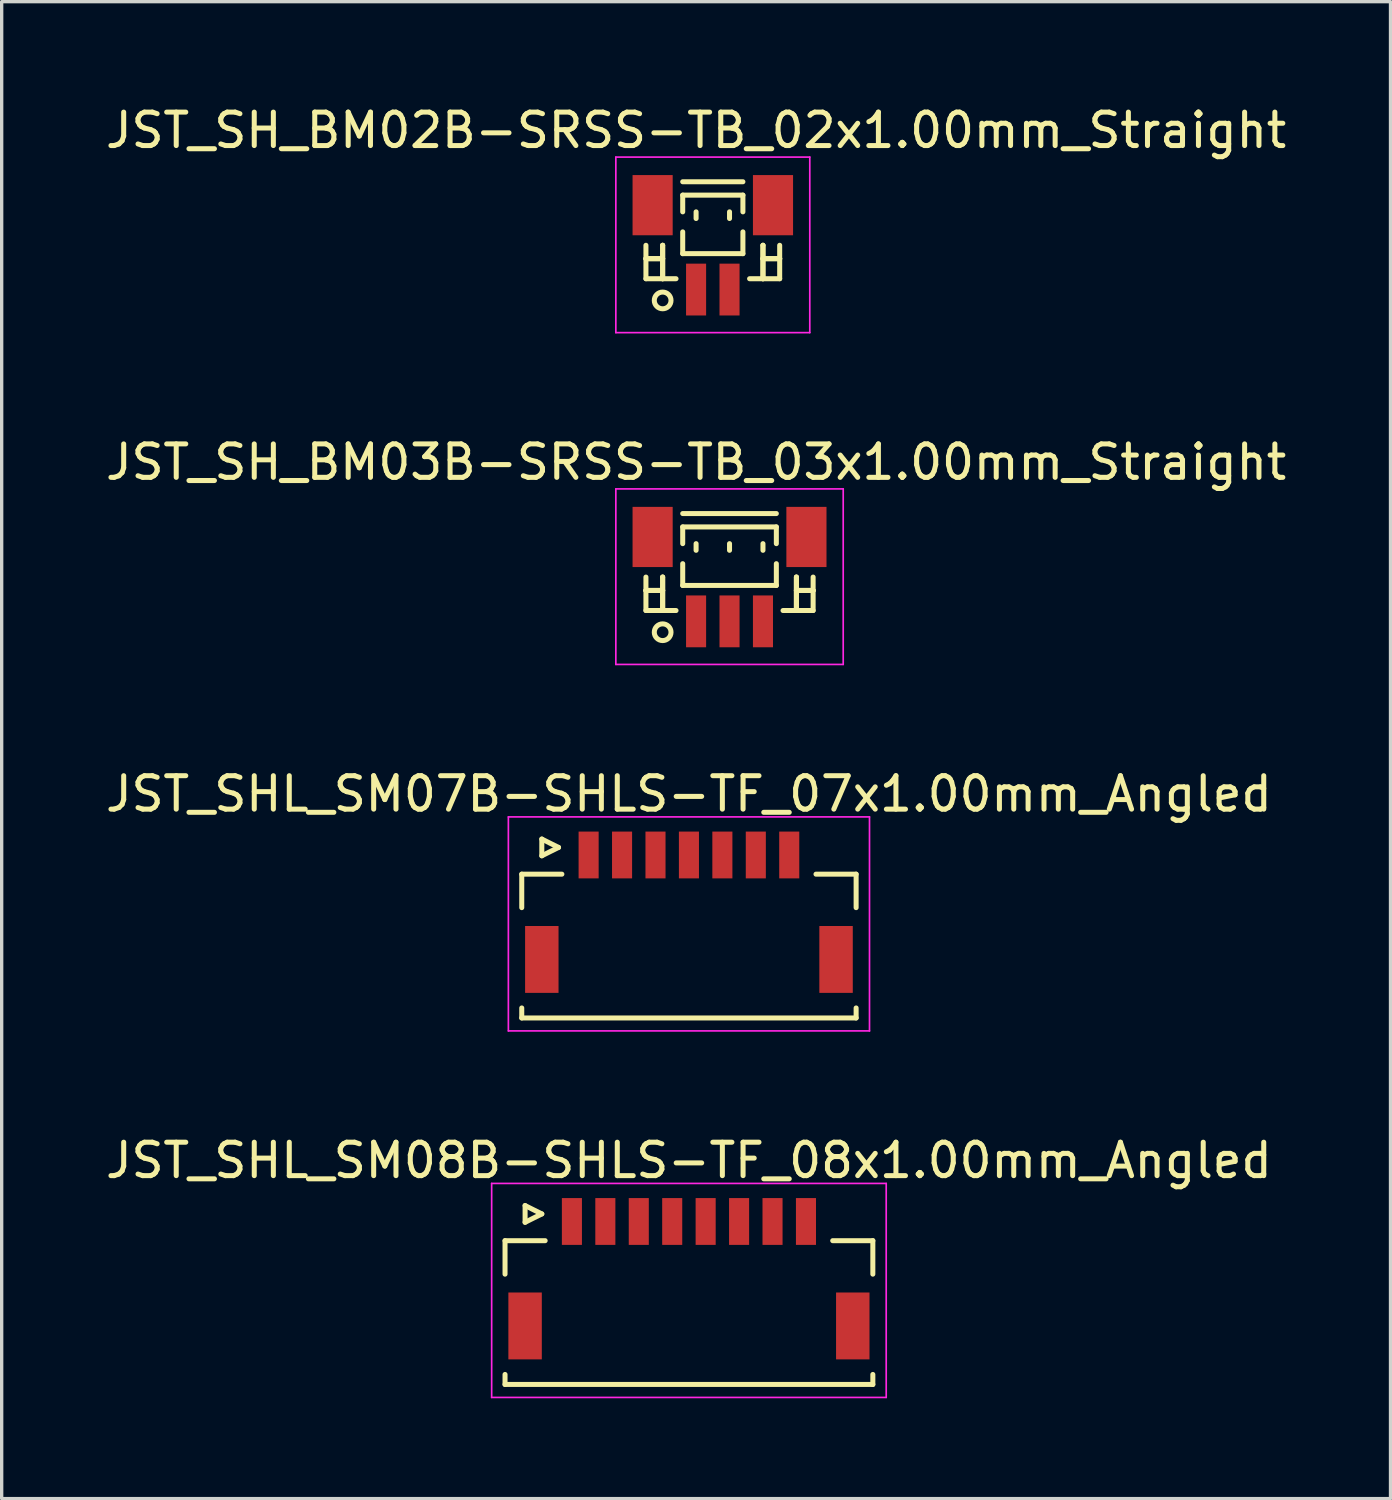
<source format=kicad_pcb>
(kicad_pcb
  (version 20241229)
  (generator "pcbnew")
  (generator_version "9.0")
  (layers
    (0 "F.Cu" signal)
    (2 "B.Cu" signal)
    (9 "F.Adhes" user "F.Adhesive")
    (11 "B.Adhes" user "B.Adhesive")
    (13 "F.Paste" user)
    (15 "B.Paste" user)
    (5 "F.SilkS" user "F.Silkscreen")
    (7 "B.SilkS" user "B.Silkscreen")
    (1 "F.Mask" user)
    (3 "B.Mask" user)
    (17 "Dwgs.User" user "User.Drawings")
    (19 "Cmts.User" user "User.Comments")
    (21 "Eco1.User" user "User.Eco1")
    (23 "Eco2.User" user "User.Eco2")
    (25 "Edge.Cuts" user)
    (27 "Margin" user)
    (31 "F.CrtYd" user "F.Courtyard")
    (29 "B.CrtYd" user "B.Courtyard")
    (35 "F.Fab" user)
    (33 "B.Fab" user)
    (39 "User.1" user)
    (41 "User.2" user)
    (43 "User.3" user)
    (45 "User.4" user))
  (footprint "JST_SHL_SM07B-SHLS-TF_07x1.00mm_Angled"
    (layer "F.Cu")
    (at 17.554 24.082)
    (property "Reference" "JST_SHL_SM07B-SHLS-TF_07x1.00mm_Angled" (at 0 -3.388 0) (layer "F.SilkS") (effects (font (size 1 1) (thickness 0.15))))
    (attr smd)
    (fp_line (start -5 -0.988) (end -3.8 -0.988) (stroke (width 0.15) (type solid)) (layer "F.SilkS"))
    (fp_line (start -5 0.013) (end -5 -0.988) (stroke (width 0.15) (type solid)) (layer "F.SilkS"))
    (fp_line (start -5 3.013) (end -5 3.312) (stroke (width 0.15) (type solid)) (layer "F.SilkS"))
    (fp_line (start -5 3.312) (end 5 3.312) (stroke (width 0.15) (type solid)) (layer "F.SilkS"))
    (fp_line (start -4.4 -2.038) (end -4.4 -1.538) (stroke (width 0.15) (type solid)) (layer "F.SilkS"))
    (fp_line (start -4.4 -1.538) (end -3.9 -1.788) (stroke (width 0.15) (type solid)) (layer "F.SilkS"))
    (fp_line (start -3.9 -1.788) (end -4.4 -2.038) (stroke (width 0.15) (type solid)) (layer "F.SilkS"))
    (fp_line (start 5 -0.988) (end 3.8 -0.988) (stroke (width 0.15) (type solid)) (layer "F.SilkS"))
    (fp_line (start 5 0.013) (end 5 -0.988) (stroke (width 0.15) (type solid)) (layer "F.SilkS"))
    (fp_line (start 5 3.312) (end 5 3.013) (stroke (width 0.15) (type solid)) (layer "F.SilkS"))
    (fp_line (start -5.4 -2.7) (end -5.4 3.7) (stroke (width 0.05) (type solid)) (layer "F.CrtYd"))
    (fp_line (start -5.4 3.7) (end 5.4 3.7) (stroke (width 0.05) (type solid)) (layer "F.CrtYd"))
    (fp_line (start 5.4 -2.7) (end -5.4 -2.7) (stroke (width 0.05) (type solid)) (layer "F.CrtYd"))
    (fp_line (start 5.4 3.7) (end 5.4 -2.7) (stroke (width 0.05) (type solid)) (layer "F.CrtYd"))
    (pad "" smd rect (at -4.4 1.562) (size 1 2) (layers "F.Cu" "F.Mask" "F.Paste"))
    (pad "" smd rect (at 4.4 1.562) (size 1 2) (layers "F.Cu" "F.Mask" "F.Paste"))
    (pad "1" smd rect (at -3 -1.562) (size 0.6 1.4) (layers "F.Cu" "F.Mask" "F.Paste"))
    (pad "2" smd rect (at -2 -1.562) (size 0.6 1.4) (layers "F.Cu" "F.Mask" "F.Paste"))
    (pad "3" smd rect (at -1 -1.562) (size 0.6 1.4) (layers "F.Cu" "F.Mask" "F.Paste"))
    (pad "4" smd rect (at 0 -1.562) (size 0.6 1.4) (layers "F.Cu" "F.Mask" "F.Paste"))
    (pad "5" smd rect (at 1 -1.562) (size 0.6 1.4) (layers "F.Cu" "F.Mask" "F.Paste"))
    (pad "6" smd rect (at 2 -1.562) (size 0.6 1.4) (layers "F.Cu" "F.Mask" "F.Paste"))
    (pad "7" smd rect (at 3 -1.562) (size 0.6 1.4) (layers "F.Cu" "F.Mask" "F.Paste")))
  (footprint "JST_SH_BM03B-SRSS-TB_03x1.00mm_Straight"
    (layer "F.Cu")
    (at 18.768 14.271)
    (property "Reference" "JST_SH_BM03B-SRSS-TB_03x1.00mm_Straight" (at -1 -3.5 0) (layer "F.SilkS") (effects (font (size 1 1) (thickness 0.15))))
    (attr smd)
    (fp_line (start -2.5 -0.062) (end -2.5 0.938) (stroke (width 0.15) (type solid)) (layer "F.SilkS"))
    (fp_line (start -2.5 0.338) (end -2.5 0.338) (stroke (width 0.15) (type solid)) (layer "F.SilkS"))
    (fp_line (start -2.5 0.338) (end -2 0.338) (stroke (width 0.15) (type solid)) (layer "F.SilkS"))
    (fp_line (start -2.5 0.938) (end -1.6 0.938) (stroke (width 0.15) (type solid)) (layer "F.SilkS"))
    (fp_line (start -2 -0.062) (end -2 -0.062) (stroke (width 0.15) (type solid)) (layer "F.SilkS"))
    (fp_line (start -2 -0.062) (end -2 0.938) (stroke (width 0.15) (type solid)) (layer "F.SilkS"))
    (fp_line (start -2 0.338) (end -2.5 0.338) (stroke (width 0.15) (type solid)) (layer "F.SilkS"))
    (fp_line (start -2 0.338) (end -2 0.338) (stroke (width 0.15) (type solid)) (layer "F.SilkS"))
    (fp_line (start -2 0.938) (end -2 -0.062) (stroke (width 0.15) (type solid)) (layer "F.SilkS"))
    (fp_line (start -2 0.938) (end -2 0.938) (stroke (width 0.15) (type solid)) (layer "F.SilkS"))
    (fp_line (start -1.4 -1.962) (end 1.4 -1.962) (stroke (width 0.15) (type solid)) (layer "F.SilkS"))
    (fp_line (start -1.4 -1.562) (end 1.4 -1.562) (stroke (width 0.15) (type solid)) (layer "F.SilkS"))
    (fp_line (start -1.4 -1.062) (end -1.4 -1.562) (stroke (width 0.15) (type solid)) (layer "F.SilkS"))
    (fp_line (start -1.4 -0.463) (end -1.4 0.188) (stroke (width 0.15) (type solid)) (layer "F.SilkS"))
    (fp_line (start -1.4 0.188) (end 1.4 0.188) (stroke (width 0.15) (type solid)) (layer "F.SilkS"))
    (fp_line (start -1 -1.062) (end -1 -0.863) (stroke (width 0.15) (type solid)) (layer "F.SilkS"))
    (fp_line (start 0 -1.062) (end 0 -0.863) (stroke (width 0.15) (type solid)) (layer "F.SilkS"))
    (fp_line (start 1 -1.062) (end 1 -0.863) (stroke (width 0.15) (type solid)) (layer "F.SilkS"))
    (fp_line (start 1.4 -1.562) (end 1.4 -1.062) (stroke (width 0.15) (type solid)) (layer "F.SilkS"))
    (fp_line (start 1.4 0.188) (end 1.4 -0.463) (stroke (width 0.15) (type solid)) (layer "F.SilkS"))
    (fp_line (start 2 -0.062) (end 2 -0.062) (stroke (width 0.15) (type solid)) (layer "F.SilkS"))
    (fp_line (start 2 -0.062) (end 2 0.938) (stroke (width 0.15) (type solid)) (layer "F.SilkS"))
    (fp_line (start 2 0.338) (end 2 0.338) (stroke (width 0.15) (type solid)) (layer "F.SilkS"))
    (fp_line (start 2 0.338) (end 2.5 0.338) (stroke (width 0.15) (type solid)) (layer "F.SilkS"))
    (fp_line (start 2 0.938) (end 2 -0.062) (stroke (width 0.15) (type solid)) (layer "F.SilkS"))
    (fp_line (start 2 0.938) (end 2 0.938) (stroke (width 0.15) (type solid)) (layer "F.SilkS"))
    (fp_line (start 2.5 -0.062) (end 2.5 0.938) (stroke (width 0.15) (type solid)) (layer "F.SilkS"))
    (fp_line (start 2.5 0.338) (end 2 0.338) (stroke (width 0.15) (type solid)) (layer "F.SilkS"))
    (fp_line (start 2.5 0.338) (end 2.5 0.338) (stroke (width 0.15) (type solid)) (layer "F.SilkS"))
    (fp_line (start 2.5 0.938) (end 1.6 0.938) (stroke (width 0.15) (type solid)) (layer "F.SilkS"))
    (fp_circle (center -2 1.587) (end -1.75 1.587) (stroke (width 0.15) (type solid)) (fill no) (layer "F.SilkS"))
    (fp_line (start -3.4 -2.7) (end 3.4 -2.7) (stroke (width 0.05) (type solid)) (layer "F.CrtYd"))
    (fp_line (start -3.4 2.55) (end -3.4 -2.7) (stroke (width 0.05) (type solid)) (layer "F.CrtYd"))
    (fp_line (start 3.4 -2.7) (end 3.4 2.55) (stroke (width 0.05) (type solid)) (layer "F.CrtYd"))
    (fp_line (start 3.4 2.55) (end -3.4 2.55) (stroke (width 0.05) (type solid)) (layer "F.CrtYd"))
    (pad "" smd rect (at -2.3 -1.262) (size 1.2 1.8) (layers "F.Cu" "F.Mask" "F.Paste"))
    (pad "" smd rect (at 2.3 -1.262) (size 1.2 1.8) (layers "F.Cu" "F.Mask" "F.Paste"))
    (pad "1" smd rect (at -1 1.262) (size 0.6 1.55) (layers "F.Cu" "F.Mask" "F.Paste"))
    (pad "2" smd rect (at 0 1.262) (size 0.6 1.55) (layers "F.Cu" "F.Mask" "F.Paste"))
    (pad "3" smd rect (at 1 1.262) (size 0.6 1.55) (layers "F.Cu" "F.Mask" "F.Paste")))
  (footprint "JST_SHL_SM08B-SHLS-TF_08x1.00mm_Angled"
    (layer "F.Cu")
    (at 17.554 35.043)
    (property "Reference" "JST_SHL_SM08B-SHLS-TF_08x1.00mm_Angled" (at 0 -3.388 0) (layer "F.SilkS") (effects (font (size 1 1) (thickness 0.15))))
    (attr smd)
    (fp_line (start -5.5 -0.988) (end -4.3 -0.988) (stroke (width 0.15) (type solid)) (layer "F.SilkS"))
    (fp_line (start -5.5 0.013) (end -5.5 -0.988) (stroke (width 0.15) (type solid)) (layer "F.SilkS"))
    (fp_line (start -5.5 3.013) (end -5.5 3.312) (stroke (width 0.15) (type solid)) (layer "F.SilkS"))
    (fp_line (start -5.5 3.312) (end 5.5 3.312) (stroke (width 0.15) (type solid)) (layer "F.SilkS"))
    (fp_line (start -4.9 -2.038) (end -4.9 -1.538) (stroke (width 0.15) (type solid)) (layer "F.SilkS"))
    (fp_line (start -4.9 -1.538) (end -4.4 -1.788) (stroke (width 0.15) (type solid)) (layer "F.SilkS"))
    (fp_line (start -4.4 -1.788) (end -4.9 -2.038) (stroke (width 0.15) (type solid)) (layer "F.SilkS"))
    (fp_line (start 5.5 -0.988) (end 4.3 -0.988) (stroke (width 0.15) (type solid)) (layer "F.SilkS"))
    (fp_line (start 5.5 0.013) (end 5.5 -0.988) (stroke (width 0.15) (type solid)) (layer "F.SilkS"))
    (fp_line (start 5.5 3.312) (end 5.5 3.013) (stroke (width 0.15) (type solid)) (layer "F.SilkS"))
    (fp_line (start -5.9 -2.7) (end -5.9 3.7) (stroke (width 0.05) (type solid)) (layer "F.CrtYd"))
    (fp_line (start -5.9 3.7) (end 5.9 3.7) (stroke (width 0.05) (type solid)) (layer "F.CrtYd"))
    (fp_line (start 5.9 -2.7) (end -5.9 -2.7) (stroke (width 0.05) (type solid)) (layer "F.CrtYd"))
    (fp_line (start 5.9 3.7) (end 5.9 -2.7) (stroke (width 0.05) (type solid)) (layer "F.CrtYd"))
    (pad "" smd rect (at -4.9 1.562) (size 1 2) (layers "F.Cu" "F.Mask" "F.Paste"))
    (pad "" smd rect (at 4.9 1.562) (size 1 2) (layers "F.Cu" "F.Mask" "F.Paste"))
    (pad "1" smd rect (at -3.5 -1.562) (size 0.6 1.4) (layers "F.Cu" "F.Mask" "F.Paste"))
    (pad "2" smd rect (at -2.5 -1.562) (size 0.6 1.4) (layers "F.Cu" "F.Mask" "F.Paste"))
    (pad "3" smd rect (at -1.5 -1.562) (size 0.6 1.4) (layers "F.Cu" "F.Mask" "F.Paste"))
    (pad "4" smd rect (at -0.5 -1.562) (size 0.6 1.4) (layers "F.Cu" "F.Mask" "F.Paste"))
    (pad "5" smd rect (at 0.5 -1.562) (size 0.6 1.4) (layers "F.Cu" "F.Mask" "F.Paste"))
    (pad "6" smd rect (at 1.5 -1.562) (size 0.6 1.4) (layers "F.Cu" "F.Mask" "F.Paste"))
    (pad "7" smd rect (at 2.5 -1.562) (size 0.6 1.4) (layers "F.Cu" "F.Mask" "F.Paste"))
    (pad "8" smd rect (at 3.5 -1.562) (size 0.6 1.4) (layers "F.Cu" "F.Mask" "F.Paste")))
  (footprint "JST_SH_BM02B-SRSS-TB_02x1.00mm_Straight"
    (layer "F.Cu")
    (at 18.268 4.348)
    (property "Reference" "JST_SH_BM02B-SRSS-TB_02x1.00mm_Straight" (at -0.5 -3.5 0) (layer "F.SilkS") (effects (font (size 1 1) (thickness 0.15))))
    (attr smd)
    (fp_line (start -2 -0.062) (end -2 0.938) (stroke (width 0.15) (type solid)) (layer "F.SilkS"))
    (fp_line (start -2 0.338) (end -2 0.338) (stroke (width 0.15) (type solid)) (layer "F.SilkS"))
    (fp_line (start -2 0.338) (end -1.5 0.338) (stroke (width 0.15) (type solid)) (layer "F.SilkS"))
    (fp_line (start -2 0.938) (end -1.1 0.938) (stroke (width 0.15) (type solid)) (layer "F.SilkS"))
    (fp_line (start -1.5 -0.062) (end -1.5 -0.062) (stroke (width 0.15) (type solid)) (layer "F.SilkS"))
    (fp_line (start -1.5 -0.062) (end -1.5 0.938) (stroke (width 0.15) (type solid)) (layer "F.SilkS"))
    (fp_line (start -1.5 0.338) (end -2 0.338) (stroke (width 0.15) (type solid)) (layer "F.SilkS"))
    (fp_line (start -1.5 0.338) (end -1.5 0.338) (stroke (width 0.15) (type solid)) (layer "F.SilkS"))
    (fp_line (start -1.5 0.938) (end -1.5 -0.062) (stroke (width 0.15) (type solid)) (layer "F.SilkS"))
    (fp_line (start -1.5 0.938) (end -1.5 0.938) (stroke (width 0.15) (type solid)) (layer "F.SilkS"))
    (fp_line (start -0.9 -1.962) (end 0.9 -1.962) (stroke (width 0.15) (type solid)) (layer "F.SilkS"))
    (fp_line (start -0.9 -1.562) (end 0.9 -1.562) (stroke (width 0.15) (type solid)) (layer "F.SilkS"))
    (fp_line (start -0.9 -1.062) (end -0.9 -1.562) (stroke (width 0.15) (type solid)) (layer "F.SilkS"))
    (fp_line (start -0.9 -0.463) (end -0.9 0.188) (stroke (width 0.15) (type solid)) (layer "F.SilkS"))
    (fp_line (start -0.9 0.188) (end 0.9 0.188) (stroke (width 0.15) (type solid)) (layer "F.SilkS"))
    (fp_line (start -0.5 -1.062) (end -0.5 -0.863) (stroke (width 0.15) (type solid)) (layer "F.SilkS"))
    (fp_line (start 0.5 -1.062) (end 0.5 -0.863) (stroke (width 0.15) (type solid)) (layer "F.SilkS"))
    (fp_line (start 0.9 -1.562) (end 0.9 -1.062) (stroke (width 0.15) (type solid)) (layer "F.SilkS"))
    (fp_line (start 0.9 0.188) (end 0.9 -0.463) (stroke (width 0.15) (type solid)) (layer "F.SilkS"))
    (fp_line (start 1.5 -0.062) (end 1.5 -0.062) (stroke (width 0.15) (type solid)) (layer "F.SilkS"))
    (fp_line (start 1.5 -0.062) (end 1.5 0.938) (stroke (width 0.15) (type solid)) (layer "F.SilkS"))
    (fp_line (start 1.5 0.338) (end 1.5 0.338) (stroke (width 0.15) (type solid)) (layer "F.SilkS"))
    (fp_line (start 1.5 0.338) (end 2 0.338) (stroke (width 0.15) (type solid)) (layer "F.SilkS"))
    (fp_line (start 1.5 0.938) (end 1.5 -0.062) (stroke (width 0.15) (type solid)) (layer "F.SilkS"))
    (fp_line (start 1.5 0.938) (end 1.5 0.938) (stroke (width 0.15) (type solid)) (layer "F.SilkS"))
    (fp_line (start 2 -0.062) (end 2 0.938) (stroke (width 0.15) (type solid)) (layer "F.SilkS"))
    (fp_line (start 2 0.338) (end 1.5 0.338) (stroke (width 0.15) (type solid)) (layer "F.SilkS"))
    (fp_line (start 2 0.338) (end 2 0.338) (stroke (width 0.15) (type solid)) (layer "F.SilkS"))
    (fp_line (start 2 0.938) (end 1.1 0.938) (stroke (width 0.15) (type solid)) (layer "F.SilkS"))
    (fp_circle (center -1.5 1.587) (end -1.25 1.587) (stroke (width 0.15) (type solid)) (fill no) (layer "F.SilkS"))
    (fp_line (start -2.9 -2.7) (end 2.9 -2.7) (stroke (width 0.05) (type solid)) (layer "F.CrtYd"))
    (fp_line (start -2.9 2.55) (end -2.9 -2.7) (stroke (width 0.05) (type solid)) (layer "F.CrtYd"))
    (fp_line (start 2.9 -2.7) (end 2.9 2.55) (stroke (width 0.05) (type solid)) (layer "F.CrtYd"))
    (fp_line (start 2.9 2.55) (end -2.9 2.55) (stroke (width 0.05) (type solid)) (layer "F.CrtYd"))
    (pad "" smd rect (at -1.8 -1.262) (size 1.2 1.8) (layers "F.Cu" "F.Mask" "F.Paste"))
    (pad "" smd rect (at 1.8 -1.262) (size 1.2 1.8) (layers "F.Cu" "F.Mask" "F.Paste"))
    (pad "1" smd rect (at -0.5 1.262) (size 0.6 1.55) (layers "F.Cu" "F.Mask" "F.Paste"))
    (pad "2" smd rect (at 0.5 1.262) (size 0.6 1.55) (layers "F.Cu" "F.Mask" "F.Paste")))
  (gr_rect
    (start -3 -3)
    (end 38.536 41.768)
    (stroke (width 0.1) (type default))
    (fill no)
    (layer "Edge.Cuts")))
</source>
